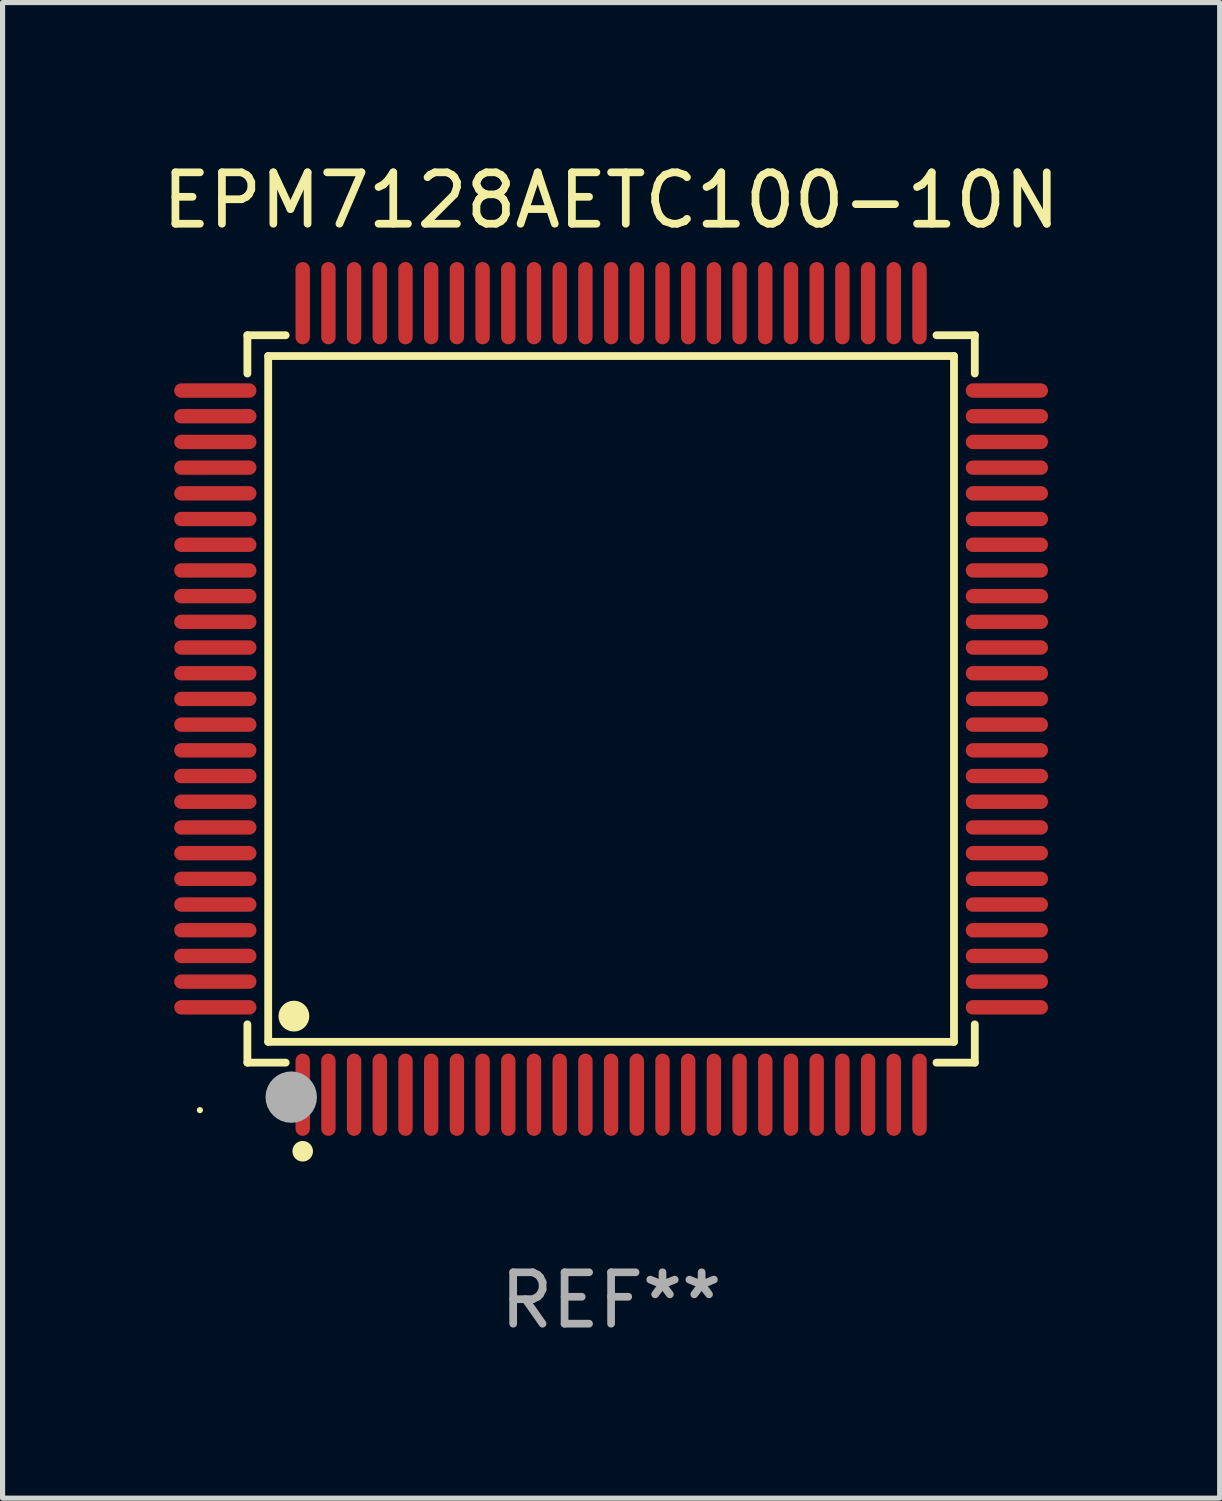
<source format=kicad_pcb>
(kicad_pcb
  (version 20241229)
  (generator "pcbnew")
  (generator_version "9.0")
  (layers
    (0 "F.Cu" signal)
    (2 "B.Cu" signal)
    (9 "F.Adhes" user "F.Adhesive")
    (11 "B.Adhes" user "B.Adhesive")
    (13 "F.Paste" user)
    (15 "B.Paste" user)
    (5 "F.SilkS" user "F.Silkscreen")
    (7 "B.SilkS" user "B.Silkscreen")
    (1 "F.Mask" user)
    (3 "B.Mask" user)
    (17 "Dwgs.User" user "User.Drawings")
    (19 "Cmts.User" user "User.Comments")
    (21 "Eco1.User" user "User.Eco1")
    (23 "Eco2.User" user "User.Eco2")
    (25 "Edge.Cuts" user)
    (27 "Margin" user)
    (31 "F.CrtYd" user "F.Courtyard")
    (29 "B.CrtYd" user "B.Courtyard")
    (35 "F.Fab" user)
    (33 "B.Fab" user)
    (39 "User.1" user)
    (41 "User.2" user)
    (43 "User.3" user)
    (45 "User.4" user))
  (footprint "EPM7128AETC100-10N"
    (layer "F.Cu")
    (at 8.839 10.548)
    (property "Reference" "EPM7128AETC100-10N" (at 0 -9.7 0) (layer "F.SilkS") (effects (font (size 1 1) (thickness 0.15))))
    (attr through_hole)
    (fp_line (start -7.076 -7.076) (end -6.331 -7.076) (stroke (width 0.152) (type solid)) (layer "F.SilkS"))
    (fp_line (start -7.076 -6.331) (end -7.076 -7.076) (stroke (width 0.152) (type solid)) (layer "F.SilkS"))
    (fp_line (start -7.076 6.331) (end -7.076 7.076) (stroke (width 0.152) (type solid)) (layer "F.SilkS"))
    (fp_line (start -7.076 7.076) (end -6.331 7.076) (stroke (width 0.152) (type solid)) (layer "F.SilkS"))
    (fp_line (start -6.671 -6.671) (end 6.671 -6.671) (stroke (width 0.152) (type solid)) (layer "F.SilkS"))
    (fp_line (start -6.671 6.671) (end -6.671 -6.671) (stroke (width 0.152) (type solid)) (layer "F.SilkS"))
    (fp_line (start 6.671 -6.671) (end 6.671 6.671) (stroke (width 0.152) (type solid)) (layer "F.SilkS"))
    (fp_line (start 6.671 6.671) (end -6.671 6.671) (stroke (width 0.152) (type solid)) (layer "F.SilkS"))
    (fp_line (start 7.076 -7.076) (end 6.331 -7.076) (stroke (width 0.152) (type solid)) (layer "F.SilkS"))
    (fp_line (start 7.076 -6.331) (end 7.076 -7.076) (stroke (width 0.152) (type solid)) (layer "F.SilkS"))
    (fp_line (start 7.076 6.331) (end 7.076 7.076) (stroke (width 0.152) (type solid)) (layer "F.SilkS"))
    (fp_line (start 7.076 7.076) (end 6.331 7.076) (stroke (width 0.152) (type solid)) (layer "F.SilkS"))
    (fp_circle (center -8 8) (end -7.97 8) (stroke (width 0.06) (type solid)) (fill no) (layer "F.SilkS"))
    (fp_circle (center -6.171 6.171) (end -6.021 6.171) (stroke (width 0.3) (type solid)) (fill no) (layer "F.SilkS"))
    (fp_circle (center -6 8.8) (end -5.9 8.8) (stroke (width 0.2) (type solid)) (fill no) (layer "F.SilkS"))
    (fp_circle (center -6.223 7.747) (end -5.973 7.747) (stroke (width 0.5) (type solid)) (fill no) (layer "F.Fab"))
    (fp_text user "REF**" (at 0 11.7 0) (layer "F.Fab") (effects (font (size 1 1) (thickness 0.15))))
    (pad "1" smd oval (at -6 7.7) (size 0.28 1.6) (layers "F.Cu" "F.Mask" "F.Paste"))
    (pad "2" smd oval (at -5.5 7.7) (size 0.28 1.6) (layers "F.Cu" "F.Mask" "F.Paste"))
    (pad "3" smd oval (at -5 7.7) (size 0.28 1.6) (layers "F.Cu" "F.Mask" "F.Paste"))
    (pad "4" smd oval (at -4.5 7.7) (size 0.28 1.6) (layers "F.Cu" "F.Mask" "F.Paste"))
    (pad "5" smd oval (at -4 7.7) (size 0.28 1.6) (layers "F.Cu" "F.Mask" "F.Paste"))
    (pad "6" smd oval (at -3.5 7.7) (size 0.28 1.6) (layers "F.Cu" "F.Mask" "F.Paste"))
    (pad "7" smd oval (at -3 7.7) (size 0.28 1.6) (layers "F.Cu" "F.Mask" "F.Paste"))
    (pad "8" smd oval (at -2.5 7.7) (size 0.28 1.6) (layers "F.Cu" "F.Mask" "F.Paste"))
    (pad "9" smd oval (at -2 7.7) (size 0.28 1.6) (layers "F.Cu" "F.Mask" "F.Paste"))
    (pad "10" smd oval (at -1.5 7.7) (size 0.28 1.6) (layers "F.Cu" "F.Mask" "F.Paste"))
    (pad "11" smd oval (at -1 7.7) (size 0.28 1.6) (layers "F.Cu" "F.Mask" "F.Paste"))
    (pad "12" smd oval (at -0.5 7.7) (size 0.28 1.6) (layers "F.Cu" "F.Mask" "F.Paste"))
    (pad "13" smd oval (at 0 7.7) (size 0.28 1.6) (layers "F.Cu" "F.Mask" "F.Paste"))
    (pad "14" smd oval (at 0.5 7.7) (size 0.28 1.6) (layers "F.Cu" "F.Mask" "F.Paste"))
    (pad "15" smd oval (at 1 7.7) (size 0.28 1.6) (layers "F.Cu" "F.Mask" "F.Paste"))
    (pad "16" smd oval (at 1.5 7.7) (size 0.28 1.6) (layers "F.Cu" "F.Mask" "F.Paste"))
    (pad "17" smd oval (at 2 7.7) (size 0.28 1.6) (layers "F.Cu" "F.Mask" "F.Paste"))
    (pad "18" smd oval (at 2.5 7.7) (size 0.28 1.6) (layers "F.Cu" "F.Mask" "F.Paste"))
    (pad "19" smd oval (at 3 7.7) (size 0.28 1.6) (layers "F.Cu" "F.Mask" "F.Paste"))
    (pad "20" smd oval (at 3.5 7.7) (size 0.28 1.6) (layers "F.Cu" "F.Mask" "F.Paste"))
    (pad "21" smd oval (at 4 7.7) (size 0.28 1.6) (layers "F.Cu" "F.Mask" "F.Paste"))
    (pad "22" smd oval (at 4.5 7.7) (size 0.28 1.6) (layers "F.Cu" "F.Mask" "F.Paste"))
    (pad "23" smd oval (at 5 7.7) (size 0.28 1.6) (layers "F.Cu" "F.Mask" "F.Paste"))
    (pad "24" smd oval (at 5.5 7.7) (size 0.28 1.6) (layers "F.Cu" "F.Mask" "F.Paste"))
    (pad "25" smd oval (at 6 7.7) (size 0.28 1.6) (layers "F.Cu" "F.Mask" "F.Paste"))
    (pad "26" smd oval (at 7.7 6) (size 1.6 0.28) (layers "F.Cu" "F.Mask" "F.Paste"))
    (pad "27" smd oval (at 7.7 5.5) (size 1.6 0.28) (layers "F.Cu" "F.Mask" "F.Paste"))
    (pad "28" smd oval (at 7.7 5) (size 1.6 0.28) (layers "F.Cu" "F.Mask" "F.Paste"))
    (pad "29" smd oval (at 7.7 4.5) (size 1.6 0.28) (layers "F.Cu" "F.Mask" "F.Paste"))
    (pad "30" smd oval (at 7.7 4) (size 1.6 0.28) (layers "F.Cu" "F.Mask" "F.Paste"))
    (pad "31" smd oval (at 7.7 3.5) (size 1.6 0.28) (layers "F.Cu" "F.Mask" "F.Paste"))
    (pad "32" smd oval (at 7.7 3) (size 1.6 0.28) (layers "F.Cu" "F.Mask" "F.Paste"))
    (pad "33" smd oval (at 7.7 2.5) (size 1.6 0.28) (layers "F.Cu" "F.Mask" "F.Paste"))
    (pad "34" smd oval (at 7.7 2) (size 1.6 0.28) (layers "F.Cu" "F.Mask" "F.Paste"))
    (pad "35" smd oval (at 7.7 1.5) (size 1.6 0.28) (layers "F.Cu" "F.Mask" "F.Paste"))
    (pad "36" smd oval (at 7.7 1) (size 1.6 0.28) (layers "F.Cu" "F.Mask" "F.Paste"))
    (pad "37" smd oval (at 7.7 0.5) (size 1.6 0.28) (layers "F.Cu" "F.Mask" "F.Paste"))
    (pad "38" smd oval (at 7.7 0) (size 1.6 0.28) (layers "F.Cu" "F.Mask" "F.Paste"))
    (pad "39" smd oval (at 7.7 -0.5) (size 1.6 0.28) (layers "F.Cu" "F.Mask" "F.Paste"))
    (pad "40" smd oval (at 7.7 -1) (size 1.6 0.28) (layers "F.Cu" "F.Mask" "F.Paste"))
    (pad "41" smd oval (at 7.7 -1.5) (size 1.6 0.28) (layers "F.Cu" "F.Mask" "F.Paste"))
    (pad "42" smd oval (at 7.7 -2) (size 1.6 0.28) (layers "F.Cu" "F.Mask" "F.Paste"))
    (pad "43" smd oval (at 7.7 -2.5) (size 1.6 0.28) (layers "F.Cu" "F.Mask" "F.Paste"))
    (pad "44" smd oval (at 7.7 -3) (size 1.6 0.28) (layers "F.Cu" "F.Mask" "F.Paste"))
    (pad "45" smd oval (at 7.7 -3.5) (size 1.6 0.28) (layers "F.Cu" "F.Mask" "F.Paste"))
    (pad "46" smd oval (at 7.7 -4) (size 1.6 0.28) (layers "F.Cu" "F.Mask" "F.Paste"))
    (pad "47" smd oval (at 7.7 -4.5) (size 1.6 0.28) (layers "F.Cu" "F.Mask" "F.Paste"))
    (pad "48" smd oval (at 7.7 -5) (size 1.6 0.28) (layers "F.Cu" "F.Mask" "F.Paste"))
    (pad "49" smd oval (at 7.7 -5.5) (size 1.6 0.28) (layers "F.Cu" "F.Mask" "F.Paste"))
    (pad "50" smd oval (at 7.7 -6) (size 1.6 0.28) (layers "F.Cu" "F.Mask" "F.Paste"))
    (pad "51" smd oval (at 6 -7.7) (size 0.28 1.6) (layers "F.Cu" "F.Mask" "F.Paste"))
    (pad "52" smd oval (at 5.5 -7.7) (size 0.28 1.6) (layers "F.Cu" "F.Mask" "F.Paste"))
    (pad "53" smd oval (at 5 -7.7) (size 0.28 1.6) (layers "F.Cu" "F.Mask" "F.Paste"))
    (pad "54" smd oval (at 4.5 -7.7) (size 0.28 1.6) (layers "F.Cu" "F.Mask" "F.Paste"))
    (pad "55" smd oval (at 4 -7.7) (size 0.28 1.6) (layers "F.Cu" "F.Mask" "F.Paste"))
    (pad "56" smd oval (at 3.5 -7.7) (size 0.28 1.6) (layers "F.Cu" "F.Mask" "F.Paste"))
    (pad "57" smd oval (at 3 -7.7) (size 0.28 1.6) (layers "F.Cu" "F.Mask" "F.Paste"))
    (pad "58" smd oval (at 2.5 -7.7) (size 0.28 1.6) (layers "F.Cu" "F.Mask" "F.Paste"))
    (pad "59" smd oval (at 2 -7.7) (size 0.28 1.6) (layers "F.Cu" "F.Mask" "F.Paste"))
    (pad "60" smd oval (at 1.5 -7.7) (size 0.28 1.6) (layers "F.Cu" "F.Mask" "F.Paste"))
    (pad "61" smd oval (at 1 -7.7) (size 0.28 1.6) (layers "F.Cu" "F.Mask" "F.Paste"))
    (pad "62" smd oval (at 0.5 -7.7) (size 0.28 1.6) (layers "F.Cu" "F.Mask" "F.Paste"))
    (pad "63" smd oval (at 0 -7.7) (size 0.28 1.6) (layers "F.Cu" "F.Mask" "F.Paste"))
    (pad "64" smd oval (at -0.5 -7.7) (size 0.28 1.6) (layers "F.Cu" "F.Mask" "F.Paste"))
    (pad "65" smd oval (at -1 -7.7) (size 0.28 1.6) (layers "F.Cu" "F.Mask" "F.Paste"))
    (pad "66" smd oval (at -1.5 -7.7) (size 0.28 1.6) (layers "F.Cu" "F.Mask" "F.Paste"))
    (pad "67" smd oval (at -2 -7.7) (size 0.28 1.6) (layers "F.Cu" "F.Mask" "F.Paste"))
    (pad "68" smd oval (at -2.5 -7.7) (size 0.28 1.6) (layers "F.Cu" "F.Mask" "F.Paste"))
    (pad "69" smd oval (at -3 -7.7) (size 0.28 1.6) (layers "F.Cu" "F.Mask" "F.Paste"))
    (pad "70" smd oval (at -3.5 -7.7) (size 0.28 1.6) (layers "F.Cu" "F.Mask" "F.Paste"))
    (pad "71" smd oval (at -4 -7.7) (size 0.28 1.6) (layers "F.Cu" "F.Mask" "F.Paste"))
    (pad "72" smd oval (at -4.5 -7.7) (size 0.28 1.6) (layers "F.Cu" "F.Mask" "F.Paste"))
    (pad "73" smd oval (at -5 -7.7) (size 0.28 1.6) (layers "F.Cu" "F.Mask" "F.Paste"))
    (pad "74" smd oval (at -5.5 -7.7) (size 0.28 1.6) (layers "F.Cu" "F.Mask" "F.Paste"))
    (pad "75" smd oval (at -6 -7.7) (size 0.28 1.6) (layers "F.Cu" "F.Mask" "F.Paste"))
    (pad "76" smd oval (at -7.7 -6) (size 1.6 0.28) (layers "F.Cu" "F.Mask" "F.Paste"))
    (pad "77" smd oval (at -7.7 -5.5) (size 1.6 0.28) (layers "F.Cu" "F.Mask" "F.Paste"))
    (pad "78" smd oval (at -7.7 -5) (size 1.6 0.28) (layers "F.Cu" "F.Mask" "F.Paste"))
    (pad "79" smd oval (at -7.7 -4.5) (size 1.6 0.28) (layers "F.Cu" "F.Mask" "F.Paste"))
    (pad "80" smd oval (at -7.7 -4) (size 1.6 0.28) (layers "F.Cu" "F.Mask" "F.Paste"))
    (pad "81" smd oval (at -7.7 -3.5) (size 1.6 0.28) (layers "F.Cu" "F.Mask" "F.Paste"))
    (pad "82" smd oval (at -7.7 -3) (size 1.6 0.28) (layers "F.Cu" "F.Mask" "F.Paste"))
    (pad "83" smd oval (at -7.7 -2.5) (size 1.6 0.28) (layers "F.Cu" "F.Mask" "F.Paste"))
    (pad "84" smd oval (at -7.7 -2) (size 1.6 0.28) (layers "F.Cu" "F.Mask" "F.Paste"))
    (pad "85" smd oval (at -7.7 -1.5) (size 1.6 0.28) (layers "F.Cu" "F.Mask" "F.Paste"))
    (pad "86" smd oval (at -7.7 -1) (size 1.6 0.28) (layers "F.Cu" "F.Mask" "F.Paste"))
    (pad "87" smd oval (at -7.7 -0.5) (size 1.6 0.28) (layers "F.Cu" "F.Mask" "F.Paste"))
    (pad "88" smd oval (at -7.7 0) (size 1.6 0.28) (layers "F.Cu" "F.Mask" "F.Paste"))
    (pad "89" smd oval (at -7.7 0.5) (size 1.6 0.28) (layers "F.Cu" "F.Mask" "F.Paste"))
    (pad "90" smd oval (at -7.7 1) (size 1.6 0.28) (layers "F.Cu" "F.Mask" "F.Paste"))
    (pad "91" smd oval (at -7.7 1.5) (size 1.6 0.28) (layers "F.Cu" "F.Mask" "F.Paste"))
    (pad "92" smd oval (at -7.7 2) (size 1.6 0.28) (layers "F.Cu" "F.Mask" "F.Paste"))
    (pad "93" smd oval (at -7.7 2.5) (size 1.6 0.28) (layers "F.Cu" "F.Mask" "F.Paste"))
    (pad "94" smd oval (at -7.7 3) (size 1.6 0.28) (layers "F.Cu" "F.Mask" "F.Paste"))
    (pad "95" smd oval (at -7.7 3.5) (size 1.6 0.28) (layers "F.Cu" "F.Mask" "F.Paste"))
    (pad "96" smd oval (at -7.7 4) (size 1.6 0.28) (layers "F.Cu" "F.Mask" "F.Paste"))
    (pad "97" smd oval (at -7.7 4.5) (size 1.6 0.28) (layers "F.Cu" "F.Mask" "F.Paste"))
    (pad "98" smd oval (at -7.7 5) (size 1.6 0.28) (layers "F.Cu" "F.Mask" "F.Paste"))
    (pad "99" smd oval (at -7.7 5.5) (size 1.6 0.28) (layers "F.Cu" "F.Mask" "F.Paste"))
    (pad "100" smd oval (at -7.7 6) (size 1.6 0.28) (layers "F.Cu" "F.Mask" "F.Paste")))
  (gr_rect
    (start -3 -3)
    (end 20.679 26.097)
    (stroke (width 0.1) (type default))
    (fill no)
    (layer "Edge.Cuts")))
</source>
